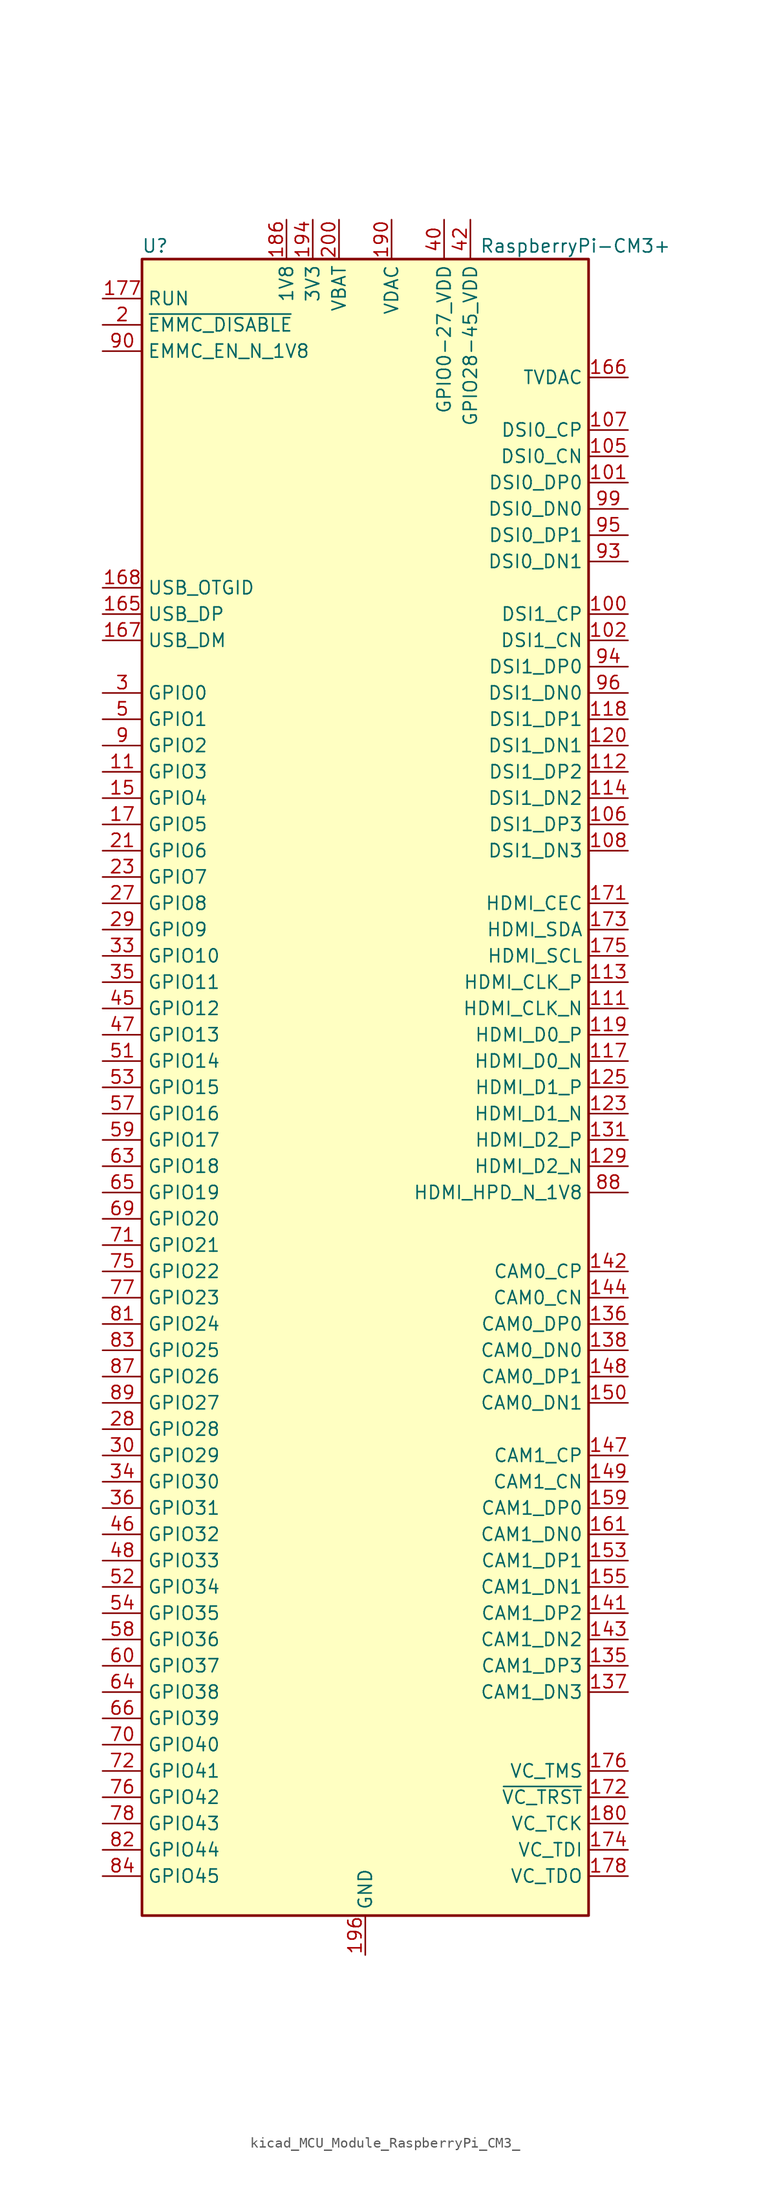
<source format=kicad_sym>
(kicad_symbol_lib
  (version 20220914)
  (generator kicad_symbol_editor)
  (symbol "kicad_MCU_Module_RaspberryPi_CM3_"
    (property "Reference" "U"
      (at -20.32 81.28 0)
      (effects (font (size 1.27 1.27))))
    (property "Value" "RaspberryPi-CM3+"
      (at 20.32 81.28 0)
      (effects (font (size 1.27 1.27))))
    (symbol "kicad_MCU_Module_RaspberryPi_CM3__0_1"
      (rectangle (start -21.59 80.01) (end 21.59 -80.01) (stroke (width 0.254) (type default)) (fill (type background))))
    (symbol "kicad_MCU_Module_RaspberryPi_CM3__1_1"
      (pin passive line (at 0 -83.82 90) (length 3.81) hide (name "GND" (effects (font (size 1.27 1.27)))) (number "1" (effects (font (size 1.27 1.27)))))
      (pin no_connect line (at -20.32 66.04 0) (length 2.54) hide (name "NC" (effects (font (size 1.27 1.27)))) (number "10" (effects (font (size 1.27 1.27)))))
      (pin output line (at 25.4 45.72 180) (length 3.81) (name "DSI1_CP" (effects (font (size 1.27 1.27)))) (number "100" (effects (font (size 1.27 1.27)))))
      (pin output line (at 25.4 58.42 180) (length 3.81) (name "DSI0_DP0" (effects (font (size 1.27 1.27)))) (number "101" (effects (font (size 1.27 1.27)))))
      (pin output line (at 25.4 43.18 180) (length 3.81) (name "DSI1_CN" (effects (font (size 1.27 1.27)))) (number "102" (effects (font (size 1.27 1.27)))))
      (pin passive line (at 0 -83.82 90) (length 3.81) hide (name "GND" (effects (font (size 1.27 1.27)))) (number "103" (effects (font (size 1.27 1.27)))))
      (pin passive line (at 0 -83.82 90) (length 3.81) hide (name "GND" (effects (font (size 1.27 1.27)))) (number "104" (effects (font (size 1.27 1.27)))))
      (pin output line (at 25.4 60.96 180) (length 3.81) (name "DSI0_CN" (effects (font (size 1.27 1.27)))) (number "105" (effects (font (size 1.27 1.27)))))
      (pin output line (at 25.4 25.4 180) (length 3.81) (name "DSI1_DP3" (effects (font (size 1.27 1.27)))) (number "106" (effects (font (size 1.27 1.27)))))
      (pin output line (at 25.4 63.5 180) (length 3.81) (name "DSI0_CP" (effects (font (size 1.27 1.27)))) (number "107" (effects (font (size 1.27 1.27)))))
      (pin output line (at 25.4 22.86 180) (length 3.81) (name "DSI1_DN3" (effects (font (size 1.27 1.27)))) (number "108" (effects (font (size 1.27 1.27)))))
      (pin passive line (at 0 -83.82 90) (length 3.81) hide (name "GND" (effects (font (size 1.27 1.27)))) (number "109" (effects (font (size 1.27 1.27)))))
      (pin bidirectional line (at -25.4 30.48 0) (length 3.81) (name "GPIO3" (effects (font (size 1.27 1.27)))) (number "11" (effects (font (size 1.27 1.27)))))
      (pin passive line (at 0 -83.82 90) (length 3.81) hide (name "GND" (effects (font (size 1.27 1.27)))) (number "110" (effects (font (size 1.27 1.27)))))
      (pin output line (at 25.4 7.62 180) (length 3.81) (name "HDMI_CLK_N" (effects (font (size 1.27 1.27)))) (number "111" (effects (font (size 1.27 1.27)))))
      (pin output line (at 25.4 30.48 180) (length 3.81) (name "DSI1_DP2" (effects (font (size 1.27 1.27)))) (number "112" (effects (font (size 1.27 1.27)))))
      (pin output line (at 25.4 10.16 180) (length 3.81) (name "HDMI_CLK_P" (effects (font (size 1.27 1.27)))) (number "113" (effects (font (size 1.27 1.27)))))
      (pin output line (at 25.4 27.94 180) (length 3.81) (name "DSI1_DN2" (effects (font (size 1.27 1.27)))) (number "114" (effects (font (size 1.27 1.27)))))
      (pin passive line (at 0 -83.82 90) (length 3.81) hide (name "GND" (effects (font (size 1.27 1.27)))) (number "115" (effects (font (size 1.27 1.27)))))
      (pin passive line (at 0 -83.82 90) (length 3.81) hide (name "GND" (effects (font (size 1.27 1.27)))) (number "116" (effects (font (size 1.27 1.27)))))
      (pin output line (at 25.4 2.54 180) (length 3.81) (name "HDMI_D0_N" (effects (font (size 1.27 1.27)))) (number "117" (effects (font (size 1.27 1.27)))))
      (pin output line (at 25.4 35.56 180) (length 3.81) (name "DSI1_DP1" (effects (font (size 1.27 1.27)))) (number "118" (effects (font (size 1.27 1.27)))))
      (pin output line (at 25.4 5.08 180) (length 3.81) (name "HDMI_D0_P" (effects (font (size 1.27 1.27)))) (number "119" (effects (font (size 1.27 1.27)))))
      (pin no_connect line (at -20.32 63.5 0) (length 2.54) hide (name "NC" (effects (font (size 1.27 1.27)))) (number "12" (effects (font (size 1.27 1.27)))))
      (pin output line (at 25.4 33.02 180) (length 3.81) (name "DSI1_DN1" (effects (font (size 1.27 1.27)))) (number "120" (effects (font (size 1.27 1.27)))))
      (pin passive line (at 0 -83.82 90) (length 3.81) hide (name "GND" (effects (font (size 1.27 1.27)))) (number "121" (effects (font (size 1.27 1.27)))))
      (pin passive line (at 0 -83.82 90) (length 3.81) hide (name "GND" (effects (font (size 1.27 1.27)))) (number "122" (effects (font (size 1.27 1.27)))))
      (pin output line (at 25.4 -2.54 180) (length 3.81) (name "HDMI_D1_N" (effects (font (size 1.27 1.27)))) (number "123" (effects (font (size 1.27 1.27)))))
      (pin no_connect line (at 20.32 76.2 180) (length 2.54) hide (name "NC" (effects (font (size 1.27 1.27)))) (number "124" (effects (font (size 1.27 1.27)))))
      (pin output line (at 25.4 0 180) (length 3.81) (name "HDMI_D1_P" (effects (font (size 1.27 1.27)))) (number "125" (effects (font (size 1.27 1.27)))))
      (pin no_connect line (at 20.32 73.66 180) (length 2.54) hide (name "NC" (effects (font (size 1.27 1.27)))) (number "126" (effects (font (size 1.27 1.27)))))
      (pin passive line (at 0 -83.82 90) (length 3.81) hide (name "GND" (effects (font (size 1.27 1.27)))) (number "127" (effects (font (size 1.27 1.27)))))
      (pin no_connect line (at 20.32 71.12 180) (length 2.54) hide (name "NC" (effects (font (size 1.27 1.27)))) (number "128" (effects (font (size 1.27 1.27)))))
      (pin output line (at 25.4 -7.62 180) (length 3.81) (name "HDMI_D2_N" (effects (font (size 1.27 1.27)))) (number "129" (effects (font (size 1.27 1.27)))))
      (pin passive line (at 0 -83.82 90) (length 3.81) hide (name "GND" (effects (font (size 1.27 1.27)))) (number "13" (effects (font (size 1.27 1.27)))))
      (pin no_connect line (at 20.32 66.04 180) (length 2.54) hide (name "NC" (effects (font (size 1.27 1.27)))) (number "130" (effects (font (size 1.27 1.27)))))
      (pin output line (at 25.4 -5.08 180) (length 3.81) (name "HDMI_D2_P" (effects (font (size 1.27 1.27)))) (number "131" (effects (font (size 1.27 1.27)))))
      (pin no_connect line (at 20.32 48.26 180) (length 2.54) hide (name "NC" (effects (font (size 1.27 1.27)))) (number "132" (effects (font (size 1.27 1.27)))))
      (pin passive line (at 0 -83.82 90) (length 3.81) hide (name "GND" (effects (font (size 1.27 1.27)))) (number "133" (effects (font (size 1.27 1.27)))))
      (pin passive line (at 0 -83.82 90) (length 3.81) hide (name "GND" (effects (font (size 1.27 1.27)))) (number "134" (effects (font (size 1.27 1.27)))))
      (pin input line (at 25.4 -55.88 180) (length 3.81) (name "CAM1_DP3" (effects (font (size 1.27 1.27)))) (number "135" (effects (font (size 1.27 1.27)))))
      (pin input line (at 25.4 -22.86 180) (length 3.81) (name "CAM0_DP0" (effects (font (size 1.27 1.27)))) (number "136" (effects (font (size 1.27 1.27)))))
      (pin input line (at 25.4 -58.42 180) (length 3.81) (name "CAM1_DN3" (effects (font (size 1.27 1.27)))) (number "137" (effects (font (size 1.27 1.27)))))
      (pin input line (at 25.4 -25.4 180) (length 3.81) (name "CAM0_DN0" (effects (font (size 1.27 1.27)))) (number "138" (effects (font (size 1.27 1.27)))))
      (pin passive line (at 0 -83.82 90) (length 3.81) hide (name "GND" (effects (font (size 1.27 1.27)))) (number "139" (effects (font (size 1.27 1.27)))))
      (pin passive line (at 0 -83.82 90) (length 3.81) hide (name "GND" (effects (font (size 1.27 1.27)))) (number "14" (effects (font (size 1.27 1.27)))))
      (pin passive line (at 0 -83.82 90) (length 3.81) hide (name "GND" (effects (font (size 1.27 1.27)))) (number "140" (effects (font (size 1.27 1.27)))))
      (pin input line (at 25.4 -50.8 180) (length 3.81) (name "CAM1_DP2" (effects (font (size 1.27 1.27)))) (number "141" (effects (font (size 1.27 1.27)))))
      (pin input line (at 25.4 -17.78 180) (length 3.81) (name "CAM0_CP" (effects (font (size 1.27 1.27)))) (number "142" (effects (font (size 1.27 1.27)))))
      (pin input line (at 25.4 -53.34 180) (length 3.81) (name "CAM1_DN2" (effects (font (size 1.27 1.27)))) (number "143" (effects (font (size 1.27 1.27)))))
      (pin input line (at 25.4 -20.32 180) (length 3.81) (name "CAM0_CN" (effects (font (size 1.27 1.27)))) (number "144" (effects (font (size 1.27 1.27)))))
      (pin passive line (at 0 -83.82 90) (length 3.81) hide (name "GND" (effects (font (size 1.27 1.27)))) (number "145" (effects (font (size 1.27 1.27)))))
      (pin passive line (at 0 -83.82 90) (length 3.81) hide (name "GND" (effects (font (size 1.27 1.27)))) (number "146" (effects (font (size 1.27 1.27)))))
      (pin input line (at 25.4 -35.56 180) (length 3.81) (name "CAM1_CP" (effects (font (size 1.27 1.27)))) (number "147" (effects (font (size 1.27 1.27)))))
      (pin input line (at 25.4 -27.94 180) (length 3.81) (name "CAM0_DP1" (effects (font (size 1.27 1.27)))) (number "148" (effects (font (size 1.27 1.27)))))
      (pin input line (at 25.4 -38.1 180) (length 3.81) (name "CAM1_CN" (effects (font (size 1.27 1.27)))) (number "149" (effects (font (size 1.27 1.27)))))
      (pin bidirectional line (at -25.4 27.94 0) (length 3.81) (name "GPIO4" (effects (font (size 1.27 1.27)))) (number "15" (effects (font (size 1.27 1.27)))))
      (pin input line (at 25.4 -30.48 180) (length 3.81) (name "CAM0_DN1" (effects (font (size 1.27 1.27)))) (number "150" (effects (font (size 1.27 1.27)))))
      (pin passive line (at 0 -83.82 90) (length 3.81) hide (name "GND" (effects (font (size 1.27 1.27)))) (number "151" (effects (font (size 1.27 1.27)))))
      (pin passive line (at 0 -83.82 90) (length 3.81) hide (name "GND" (effects (font (size 1.27 1.27)))) (number "152" (effects (font (size 1.27 1.27)))))
      (pin input line (at 25.4 -45.72 180) (length 3.81) (name "CAM1_DP1" (effects (font (size 1.27 1.27)))) (number "153" (effects (font (size 1.27 1.27)))))
      (pin no_connect line (at 20.32 -15.24 180) (length 2.54) hide (name "NC" (effects (font (size 1.27 1.27)))) (number "154" (effects (font (size 1.27 1.27)))))
      (pin input line (at 25.4 -48.26 180) (length 3.81) (name "CAM1_DN1" (effects (font (size 1.27 1.27)))) (number "155" (effects (font (size 1.27 1.27)))))
      (pin no_connect line (at 20.32 -12.7 180) (length 2.54) hide (name "NC" (effects (font (size 1.27 1.27)))) (number "156" (effects (font (size 1.27 1.27)))))
      (pin passive line (at 0 -83.82 90) (length 3.81) hide (name "GND" (effects (font (size 1.27 1.27)))) (number "157" (effects (font (size 1.27 1.27)))))
      (pin no_connect line (at 20.32 20.32 180) (length 2.54) hide (name "NC" (effects (font (size 1.27 1.27)))) (number "158" (effects (font (size 1.27 1.27)))))
      (pin input line (at 25.4 -40.64 180) (length 3.81) (name "CAM1_DP0" (effects (font (size 1.27 1.27)))) (number "159" (effects (font (size 1.27 1.27)))))
      (pin no_connect line (at -20.32 60.96 0) (length 2.54) hide (name "NC" (effects (font (size 1.27 1.27)))) (number "16" (effects (font (size 1.27 1.27)))))
      (pin no_connect line (at 20.32 -60.96 180) (length 2.54) hide (name "NC" (effects (font (size 1.27 1.27)))) (number "160" (effects (font (size 1.27 1.27)))))
      (pin input line (at 25.4 -43.18 180) (length 3.81) (name "CAM1_DN0" (effects (font (size 1.27 1.27)))) (number "161" (effects (font (size 1.27 1.27)))))
      (pin no_connect line (at 20.32 -63.5 180) (length 2.54) hide (name "NC" (effects (font (size 1.27 1.27)))) (number "162" (effects (font (size 1.27 1.27)))))
      (pin passive line (at 0 -83.82 90) (length 3.81) hide (name "GND" (effects (font (size 1.27 1.27)))) (number "163" (effects (font (size 1.27 1.27)))))
      (pin passive line (at 0 -83.82 90) (length 3.81) hide (name "GND" (effects (font (size 1.27 1.27)))) (number "164" (effects (font (size 1.27 1.27)))))
      (pin bidirectional line (at -25.4 45.72 0) (length 3.81) (name "USB_DP" (effects (font (size 1.27 1.27)))) (number "165" (effects (font (size 1.27 1.27)))))
      (pin output line (at 25.4 68.58 180) (length 3.81) (name "TVDAC" (effects (font (size 1.27 1.27)))) (number "166" (effects (font (size 1.27 1.27)))))
      (pin bidirectional line (at -25.4 43.18 0) (length 3.81) (name "USB_DM" (effects (font (size 1.27 1.27)))) (number "167" (effects (font (size 1.27 1.27)))))
      (pin passive line (at -25.4 48.26 0) (length 3.81) (name "USB_OTGID" (effects (font (size 1.27 1.27)))) (number "168" (effects (font (size 1.27 1.27)))))
      (pin passive line (at 0 -83.82 90) (length 3.81) hide (name "GND" (effects (font (size 1.27 1.27)))) (number "169" (effects (font (size 1.27 1.27)))))
      (pin bidirectional line (at -25.4 25.4 0) (length 3.81) (name "GPIO5" (effects (font (size 1.27 1.27)))) (number "17" (effects (font (size 1.27 1.27)))))
      (pin passive line (at 0 -83.82 90) (length 3.81) hide (name "GND" (effects (font (size 1.27 1.27)))) (number "170" (effects (font (size 1.27 1.27)))))
      (pin bidirectional line (at 25.4 17.78 180) (length 3.81) (name "HDMI_CEC" (effects (font (size 1.27 1.27)))) (number "171" (effects (font (size 1.27 1.27)))))
      (pin input line (at 25.4 -68.58 180) (length 3.81) (name "~{VC_TRST}" (effects (font (size 1.27 1.27)))) (number "172" (effects (font (size 1.27 1.27)))))
      (pin bidirectional line (at 25.4 15.24 180) (length 3.81) (name "HDMI_SDA" (effects (font (size 1.27 1.27)))) (number "173" (effects (font (size 1.27 1.27)))))
      (pin input line (at 25.4 -73.66 180) (length 3.81) (name "VC_TDI" (effects (font (size 1.27 1.27)))) (number "174" (effects (font (size 1.27 1.27)))))
      (pin bidirectional line (at 25.4 12.7 180) (length 3.81) (name "HDMI_SCL" (effects (font (size 1.27 1.27)))) (number "175" (effects (font (size 1.27 1.27)))))
      (pin input line (at 25.4 -66.04 180) (length 3.81) (name "VC_TMS" (effects (font (size 1.27 1.27)))) (number "176" (effects (font (size 1.27 1.27)))))
      (pin input line (at -25.4 76.2 0) (length 3.81) (name "RUN" (effects (font (size 1.27 1.27)))) (number "177" (effects (font (size 1.27 1.27)))))
      (pin output line (at 25.4 -76.2 180) (length 3.81) (name "VC_TDO" (effects (font (size 1.27 1.27)))) (number "178" (effects (font (size 1.27 1.27)))))
      (pin no_connect line (at 0 78.74 270) (length 2.54) hide (name "VDD_CORE_(DO_NOT_CONNECT)" (effects (font (size 1.27 1.27)))) (number "179" (effects (font (size 1.27 1.27)))))
      (pin no_connect line (at -20.32 58.42 0) (length 2.54) hide (name "NC" (effects (font (size 1.27 1.27)))) (number "18" (effects (font (size 1.27 1.27)))))
      (pin input line (at 25.4 -71.12 180) (length 3.81) (name "VC_TCK" (effects (font (size 1.27 1.27)))) (number "180" (effects (font (size 1.27 1.27)))))
      (pin passive line (at 0 -83.82 90) (length 3.81) hide (name "GND" (effects (font (size 1.27 1.27)))) (number "181" (effects (font (size 1.27 1.27)))))
      (pin passive line (at 0 -83.82 90) (length 3.81) hide (name "GND" (effects (font (size 1.27 1.27)))) (number "182" (effects (font (size 1.27 1.27)))))
      (pin passive line (at -7.62 83.82 270) (length 3.81) hide (name "1V8" (effects (font (size 1.27 1.27)))) (number "183" (effects (font (size 1.27 1.27)))))
      (pin passive line (at -7.62 83.82 270) (length 3.81) hide (name "1V8" (effects (font (size 1.27 1.27)))) (number "184" (effects (font (size 1.27 1.27)))))
      (pin passive line (at -7.62 83.82 270) (length 3.81) hide (name "1V8" (effects (font (size 1.27 1.27)))) (number "185" (effects (font (size 1.27 1.27)))))
      (pin power_in line (at -7.62 83.82 270) (length 3.81) (name "1V8" (effects (font (size 1.27 1.27)))) (number "186" (effects (font (size 1.27 1.27)))))
      (pin passive line (at 0 -83.82 90) (length 3.81) hide (name "GND" (effects (font (size 1.27 1.27)))) (number "187" (effects (font (size 1.27 1.27)))))
      (pin passive line (at 0 -83.82 90) (length 3.81) hide (name "GND" (effects (font (size 1.27 1.27)))) (number "188" (effects (font (size 1.27 1.27)))))
      (pin passive line (at 2.54 83.82 270) (length 3.81) hide (name "VDAC" (effects (font (size 1.27 1.27)))) (number "189" (effects (font (size 1.27 1.27)))))
      (pin passive line (at 0 -83.82 90) (length 3.81) hide (name "GND" (effects (font (size 1.27 1.27)))) (number "19" (effects (font (size 1.27 1.27)))))
      (pin power_in line (at 2.54 83.82 270) (length 3.81) (name "VDAC" (effects (font (size 1.27 1.27)))) (number "190" (effects (font (size 1.27 1.27)))))
      (pin passive line (at -5.08 83.82 270) (length 3.81) hide (name "3V3" (effects (font (size 1.27 1.27)))) (number "191" (effects (font (size 1.27 1.27)))))
      (pin passive line (at -5.08 83.82 270) (length 3.81) hide (name "3V3" (effects (font (size 1.27 1.27)))) (number "192" (effects (font (size 1.27 1.27)))))
      (pin passive line (at -5.08 83.82 270) (length 3.81) hide (name "3V3" (effects (font (size 1.27 1.27)))) (number "193" (effects (font (size 1.27 1.27)))))
      (pin power_in line (at -5.08 83.82 270) (length 3.81) (name "3V3" (effects (font (size 1.27 1.27)))) (number "194" (effects (font (size 1.27 1.27)))))
      (pin passive line (at 0 -83.82 90) (length 3.81) hide (name "GND" (effects (font (size 1.27 1.27)))) (number "195" (effects (font (size 1.27 1.27)))))
      (pin power_out line (at 0 -83.82 90) (length 3.81) (name "GND" (effects (font (size 1.27 1.27)))) (number "196" (effects (font (size 1.27 1.27)))))
      (pin passive line (at -2.54 83.82 270) (length 3.81) hide (name "VBAT" (effects (font (size 1.27 1.27)))) (number "197" (effects (font (size 1.27 1.27)))))
      (pin passive line (at -2.54 83.82 270) (length 3.81) hide (name "VBAT" (effects (font (size 1.27 1.27)))) (number "198" (effects (font (size 1.27 1.27)))))
      (pin passive line (at -2.54 83.82 270) (length 3.81) hide (name "VBAT" (effects (font (size 1.27 1.27)))) (number "199" (effects (font (size 1.27 1.27)))))
      (pin input line (at -25.4 73.66 0) (length 3.81) (name "~{EMMC_DISABLE}" (effects (font (size 1.27 1.27)))) (number "2" (effects (font (size 1.27 1.27)))))
      (pin passive line (at 0 -83.82 90) (length 3.81) hide (name "GND" (effects (font (size 1.27 1.27)))) (number "20" (effects (font (size 1.27 1.27)))))
      (pin power_in line (at -2.54 83.82 270) (length 3.81) (name "VBAT" (effects (font (size 1.27 1.27)))) (number "200" (effects (font (size 1.27 1.27)))))
      (pin bidirectional line (at -25.4 22.86 0) (length 3.81) (name "GPIO6" (effects (font (size 1.27 1.27)))) (number "21" (effects (font (size 1.27 1.27)))))
      (pin no_connect line (at -20.32 55.88 0) (length 2.54) hide (name "NC" (effects (font (size 1.27 1.27)))) (number "22" (effects (font (size 1.27 1.27)))))
      (pin bidirectional line (at -25.4 20.32 0) (length 3.81) (name "GPIO7" (effects (font (size 1.27 1.27)))) (number "23" (effects (font (size 1.27 1.27)))))
      (pin no_connect line (at -20.32 53.34 0) (length 2.54) hide (name "NC" (effects (font (size 1.27 1.27)))) (number "24" (effects (font (size 1.27 1.27)))))
      (pin passive line (at 0 -83.82 90) (length 3.81) hide (name "GND" (effects (font (size 1.27 1.27)))) (number "25" (effects (font (size 1.27 1.27)))))
      (pin passive line (at 0 -83.82 90) (length 3.81) hide (name "GND" (effects (font (size 1.27 1.27)))) (number "26" (effects (font (size 1.27 1.27)))))
      (pin bidirectional line (at -25.4 17.78 0) (length 3.81) (name "GPIO8" (effects (font (size 1.27 1.27)))) (number "27" (effects (font (size 1.27 1.27)))))
      (pin bidirectional line (at -25.4 -33.02 0) (length 3.81) (name "GPIO28" (effects (font (size 1.27 1.27)))) (number "28" (effects (font (size 1.27 1.27)))))
      (pin bidirectional line (at -25.4 15.24 0) (length 3.81) (name "GPIO9" (effects (font (size 1.27 1.27)))) (number "29" (effects (font (size 1.27 1.27)))))
      (pin bidirectional line (at -25.4 38.1 0) (length 3.81) (name "GPIO0" (effects (font (size 1.27 1.27)))) (number "3" (effects (font (size 1.27 1.27)))))
      (pin bidirectional line (at -25.4 -35.56 0) (length 3.81) (name "GPIO29" (effects (font (size 1.27 1.27)))) (number "30" (effects (font (size 1.27 1.27)))))
      (pin passive line (at 0 -83.82 90) (length 3.81) hide (name "GND" (effects (font (size 1.27 1.27)))) (number "31" (effects (font (size 1.27 1.27)))))
      (pin passive line (at 0 -83.82 90) (length 3.81) hide (name "GND" (effects (font (size 1.27 1.27)))) (number "32" (effects (font (size 1.27 1.27)))))
      (pin bidirectional line (at -25.4 12.7 0) (length 3.81) (name "GPIO10" (effects (font (size 1.27 1.27)))) (number "33" (effects (font (size 1.27 1.27)))))
      (pin bidirectional line (at -25.4 -38.1 0) (length 3.81) (name "GPIO30" (effects (font (size 1.27 1.27)))) (number "34" (effects (font (size 1.27 1.27)))))
      (pin bidirectional line (at -25.4 10.16 0) (length 3.81) (name "GPIO11" (effects (font (size 1.27 1.27)))) (number "35" (effects (font (size 1.27 1.27)))))
      (pin bidirectional line (at -25.4 -40.64 0) (length 3.81) (name "GPIO31" (effects (font (size 1.27 1.27)))) (number "36" (effects (font (size 1.27 1.27)))))
      (pin passive line (at 0 -83.82 90) (length 3.81) hide (name "GND" (effects (font (size 1.27 1.27)))) (number "37" (effects (font (size 1.27 1.27)))))
      (pin passive line (at 0 -83.82 90) (length 3.81) hide (name "GND" (effects (font (size 1.27 1.27)))) (number "38" (effects (font (size 1.27 1.27)))))
      (pin passive line (at 7.62 83.82 270) (length 3.81) hide (name "GPIO0-27_VDD" (effects (font (size 1.27 1.27)))) (number "39" (effects (font (size 1.27 1.27)))))
      (pin no_connect line (at 5.08 78.74 270) (length 2.54) hide (name "NC" (effects (font (size 1.27 1.27)))) (number "4" (effects (font (size 1.27 1.27)))))
      (pin power_in line (at 7.62 83.82 270) (length 3.81) (name "GPIO0-27_VDD" (effects (font (size 1.27 1.27)))) (number "40" (effects (font (size 1.27 1.27)))))
      (pin passive line (at 10.16 83.82 270) (length 3.81) hide (name "GPIO28-45_VDD" (effects (font (size 1.27 1.27)))) (number "41" (effects (font (size 1.27 1.27)))))
      (pin power_in line (at 10.16 83.82 270) (length 3.81) (name "GPIO28-45_VDD" (effects (font (size 1.27 1.27)))) (number "42" (effects (font (size 1.27 1.27)))))
      (pin passive line (at 0 -83.82 90) (length 3.81) hide (name "GND" (effects (font (size 1.27 1.27)))) (number "43" (effects (font (size 1.27 1.27)))))
      (pin passive line (at 0 -83.82 90) (length 3.81) hide (name "GND" (effects (font (size 1.27 1.27)))) (number "44" (effects (font (size 1.27 1.27)))))
      (pin bidirectional line (at -25.4 7.62 0) (length 3.81) (name "GPIO12" (effects (font (size 1.27 1.27)))) (number "45" (effects (font (size 1.27 1.27)))))
      (pin bidirectional line (at -25.4 -43.18 0) (length 3.81) (name "GPIO32" (effects (font (size 1.27 1.27)))) (number "46" (effects (font (size 1.27 1.27)))))
      (pin bidirectional line (at -25.4 5.08 0) (length 3.81) (name "GPIO13" (effects (font (size 1.27 1.27)))) (number "47" (effects (font (size 1.27 1.27)))))
      (pin bidirectional line (at -25.4 -45.72 0) (length 3.81) (name "GPIO33" (effects (font (size 1.27 1.27)))) (number "48" (effects (font (size 1.27 1.27)))))
      (pin passive line (at 0 -83.82 90) (length 3.81) hide (name "GND" (effects (font (size 1.27 1.27)))) (number "49" (effects (font (size 1.27 1.27)))))
      (pin bidirectional line (at -25.4 35.56 0) (length 3.81) (name "GPIO1" (effects (font (size 1.27 1.27)))) (number "5" (effects (font (size 1.27 1.27)))))
      (pin passive line (at 0 -83.82 90) (length 3.81) hide (name "GND" (effects (font (size 1.27 1.27)))) (number "50" (effects (font (size 1.27 1.27)))))
      (pin bidirectional line (at -25.4 2.54 0) (length 3.81) (name "GPIO14" (effects (font (size 1.27 1.27)))) (number "51" (effects (font (size 1.27 1.27)))))
      (pin bidirectional line (at -25.4 -48.26 0) (length 3.81) (name "GPIO34" (effects (font (size 1.27 1.27)))) (number "52" (effects (font (size 1.27 1.27)))))
      (pin bidirectional line (at -25.4 0 0) (length 3.81) (name "GPIO15" (effects (font (size 1.27 1.27)))) (number "53" (effects (font (size 1.27 1.27)))))
      (pin bidirectional line (at -25.4 -50.8 0) (length 3.81) (name "GPIO35" (effects (font (size 1.27 1.27)))) (number "54" (effects (font (size 1.27 1.27)))))
      (pin passive line (at 0 -83.82 90) (length 3.81) hide (name "GND" (effects (font (size 1.27 1.27)))) (number "55" (effects (font (size 1.27 1.27)))))
      (pin passive line (at 0 -83.82 90) (length 3.81) hide (name "GND" (effects (font (size 1.27 1.27)))) (number "56" (effects (font (size 1.27 1.27)))))
      (pin bidirectional line (at -25.4 -2.54 0) (length 3.81) (name "GPIO16" (effects (font (size 1.27 1.27)))) (number "57" (effects (font (size 1.27 1.27)))))
      (pin bidirectional line (at -25.4 -53.34 0) (length 3.81) (name "GPIO36" (effects (font (size 1.27 1.27)))) (number "58" (effects (font (size 1.27 1.27)))))
      (pin bidirectional line (at -25.4 -5.08 0) (length 3.81) (name "GPIO17" (effects (font (size 1.27 1.27)))) (number "59" (effects (font (size 1.27 1.27)))))
      (pin no_connect line (at 12.7 78.74 270) (length 2.54) hide (name "NC" (effects (font (size 1.27 1.27)))) (number "6" (effects (font (size 1.27 1.27)))))
      (pin bidirectional line (at -25.4 -55.88 0) (length 3.81) (name "GPIO37" (effects (font (size 1.27 1.27)))) (number "60" (effects (font (size 1.27 1.27)))))
      (pin passive line (at 0 -83.82 90) (length 3.81) hide (name "GND" (effects (font (size 1.27 1.27)))) (number "61" (effects (font (size 1.27 1.27)))))
      (pin passive line (at 0 -83.82 90) (length 3.81) hide (name "GND" (effects (font (size 1.27 1.27)))) (number "62" (effects (font (size 1.27 1.27)))))
      (pin bidirectional line (at -25.4 -7.62 0) (length 3.81) (name "GPIO18" (effects (font (size 1.27 1.27)))) (number "63" (effects (font (size 1.27 1.27)))))
      (pin bidirectional line (at -25.4 -58.42 0) (length 3.81) (name "GPIO38" (effects (font (size 1.27 1.27)))) (number "64" (effects (font (size 1.27 1.27)))))
      (pin bidirectional line (at -25.4 -10.16 0) (length 3.81) (name "GPIO19" (effects (font (size 1.27 1.27)))) (number "65" (effects (font (size 1.27 1.27)))))
      (pin bidirectional line (at -25.4 -60.96 0) (length 3.81) (name "GPIO39" (effects (font (size 1.27 1.27)))) (number "66" (effects (font (size 1.27 1.27)))))
      (pin passive line (at 0 -83.82 90) (length 3.81) hide (name "GND" (effects (font (size 1.27 1.27)))) (number "67" (effects (font (size 1.27 1.27)))))
      (pin passive line (at 0 -83.82 90) (length 3.81) hide (name "GND" (effects (font (size 1.27 1.27)))) (number "68" (effects (font (size 1.27 1.27)))))
      (pin bidirectional line (at -25.4 -12.7 0) (length 3.81) (name "GPIO20" (effects (font (size 1.27 1.27)))) (number "69" (effects (font (size 1.27 1.27)))))
      (pin passive line (at 0 -83.82 90) (length 3.81) hide (name "GND" (effects (font (size 1.27 1.27)))) (number "7" (effects (font (size 1.27 1.27)))))
      (pin bidirectional line (at -25.4 -63.5 0) (length 3.81) (name "GPIO40" (effects (font (size 1.27 1.27)))) (number "70" (effects (font (size 1.27 1.27)))))
      (pin bidirectional line (at -25.4 -15.24 0) (length 3.81) (name "GPIO21" (effects (font (size 1.27 1.27)))) (number "71" (effects (font (size 1.27 1.27)))))
      (pin bidirectional line (at -25.4 -66.04 0) (length 3.81) (name "GPIO41" (effects (font (size 1.27 1.27)))) (number "72" (effects (font (size 1.27 1.27)))))
      (pin passive line (at 0 -83.82 90) (length 3.81) hide (name "GND" (effects (font (size 1.27 1.27)))) (number "73" (effects (font (size 1.27 1.27)))))
      (pin passive line (at 0 -83.82 90) (length 3.81) hide (name "GND" (effects (font (size 1.27 1.27)))) (number "74" (effects (font (size 1.27 1.27)))))
      (pin bidirectional line (at -25.4 -17.78 0) (length 3.81) (name "GPIO22" (effects (font (size 1.27 1.27)))) (number "75" (effects (font (size 1.27 1.27)))))
      (pin bidirectional line (at -25.4 -68.58 0) (length 3.81) (name "GPIO42" (effects (font (size 1.27 1.27)))) (number "76" (effects (font (size 1.27 1.27)))))
      (pin bidirectional line (at -25.4 -20.32 0) (length 3.81) (name "GPIO23" (effects (font (size 1.27 1.27)))) (number "77" (effects (font (size 1.27 1.27)))))
      (pin bidirectional line (at -25.4 -71.12 0) (length 3.81) (name "GPIO43" (effects (font (size 1.27 1.27)))) (number "78" (effects (font (size 1.27 1.27)))))
      (pin passive line (at 0 -83.82 90) (length 3.81) hide (name "GND" (effects (font (size 1.27 1.27)))) (number "79" (effects (font (size 1.27 1.27)))))
      (pin passive line (at 0 -83.82 90) (length 3.81) hide (name "GND" (effects (font (size 1.27 1.27)))) (number "8" (effects (font (size 1.27 1.27)))))
      (pin passive line (at 0 -83.82 90) (length 3.81) hide (name "GND" (effects (font (size 1.27 1.27)))) (number "80" (effects (font (size 1.27 1.27)))))
      (pin bidirectional line (at -25.4 -22.86 0) (length 3.81) (name "GPIO24" (effects (font (size 1.27 1.27)))) (number "81" (effects (font (size 1.27 1.27)))))
      (pin bidirectional line (at -25.4 -73.66 0) (length 3.81) (name "GPIO44" (effects (font (size 1.27 1.27)))) (number "82" (effects (font (size 1.27 1.27)))))
      (pin bidirectional line (at -25.4 -25.4 0) (length 3.81) (name "GPIO25" (effects (font (size 1.27 1.27)))) (number "83" (effects (font (size 1.27 1.27)))))
      (pin bidirectional line (at -25.4 -76.2 0) (length 3.81) (name "GPIO45" (effects (font (size 1.27 1.27)))) (number "84" (effects (font (size 1.27 1.27)))))
      (pin passive line (at 0 -83.82 90) (length 3.81) hide (name "GND" (effects (font (size 1.27 1.27)))) (number "85" (effects (font (size 1.27 1.27)))))
      (pin passive line (at 0 -83.82 90) (length 3.81) hide (name "GND" (effects (font (size 1.27 1.27)))) (number "86" (effects (font (size 1.27 1.27)))))
      (pin bidirectional line (at -25.4 -27.94 0) (length 3.81) (name "GPIO26" (effects (font (size 1.27 1.27)))) (number "87" (effects (font (size 1.27 1.27)))))
      (pin input line (at 25.4 -10.16 180) (length 3.81) (name "HDMI_HPD_N_1V8" (effects (font (size 1.27 1.27)))) (number "88" (effects (font (size 1.27 1.27)))))
      (pin bidirectional line (at -25.4 -30.48 0) (length 3.81) (name "GPIO27" (effects (font (size 1.27 1.27)))) (number "89" (effects (font (size 1.27 1.27)))))
      (pin bidirectional line (at -25.4 33.02 0) (length 3.81) (name "GPIO2" (effects (font (size 1.27 1.27)))) (number "9" (effects (font (size 1.27 1.27)))))
      (pin output line (at -25.4 71.12 0) (length 3.81) (name "EMMC_EN_N_1V8" (effects (font (size 1.27 1.27)))) (number "90" (effects (font (size 1.27 1.27)))))
      (pin passive line (at 0 -83.82 90) (length 3.81) hide (name "GND" (effects (font (size 1.27 1.27)))) (number "91" (effects (font (size 1.27 1.27)))))
      (pin passive line (at 0 -83.82 90) (length 3.81) hide (name "GND" (effects (font (size 1.27 1.27)))) (number "92" (effects (font (size 1.27 1.27)))))
      (pin output line (at 25.4 50.8 180) (length 3.81) (name "DSI0_DN1" (effects (font (size 1.27 1.27)))) (number "93" (effects (font (size 1.27 1.27)))))
      (pin output line (at 25.4 40.64 180) (length 3.81) (name "DSI1_DP0" (effects (font (size 1.27 1.27)))) (number "94" (effects (font (size 1.27 1.27)))))
      (pin output line (at 25.4 53.34 180) (length 3.81) (name "DSI0_DP1" (effects (font (size 1.27 1.27)))) (number "95" (effects (font (size 1.27 1.27)))))
      (pin output line (at 25.4 38.1 180) (length 3.81) (name "DSI1_DN0" (effects (font (size 1.27 1.27)))) (number "96" (effects (font (size 1.27 1.27)))))
      (pin passive line (at 0 -83.82 90) (length 3.81) hide (name "GND" (effects (font (size 1.27 1.27)))) (number "97" (effects (font (size 1.27 1.27)))))
      (pin passive line (at 0 -83.82 90) (length 3.81) hide (name "GND" (effects (font (size 1.27 1.27)))) (number "98" (effects (font (size 1.27 1.27)))))
      (pin output line (at 25.4 55.88 180) (length 3.81) (name "DSI0_DN0" (effects (font (size 1.27 1.27)))) (number "99" (effects (font (size 1.27 1.27))))))))
</source>
